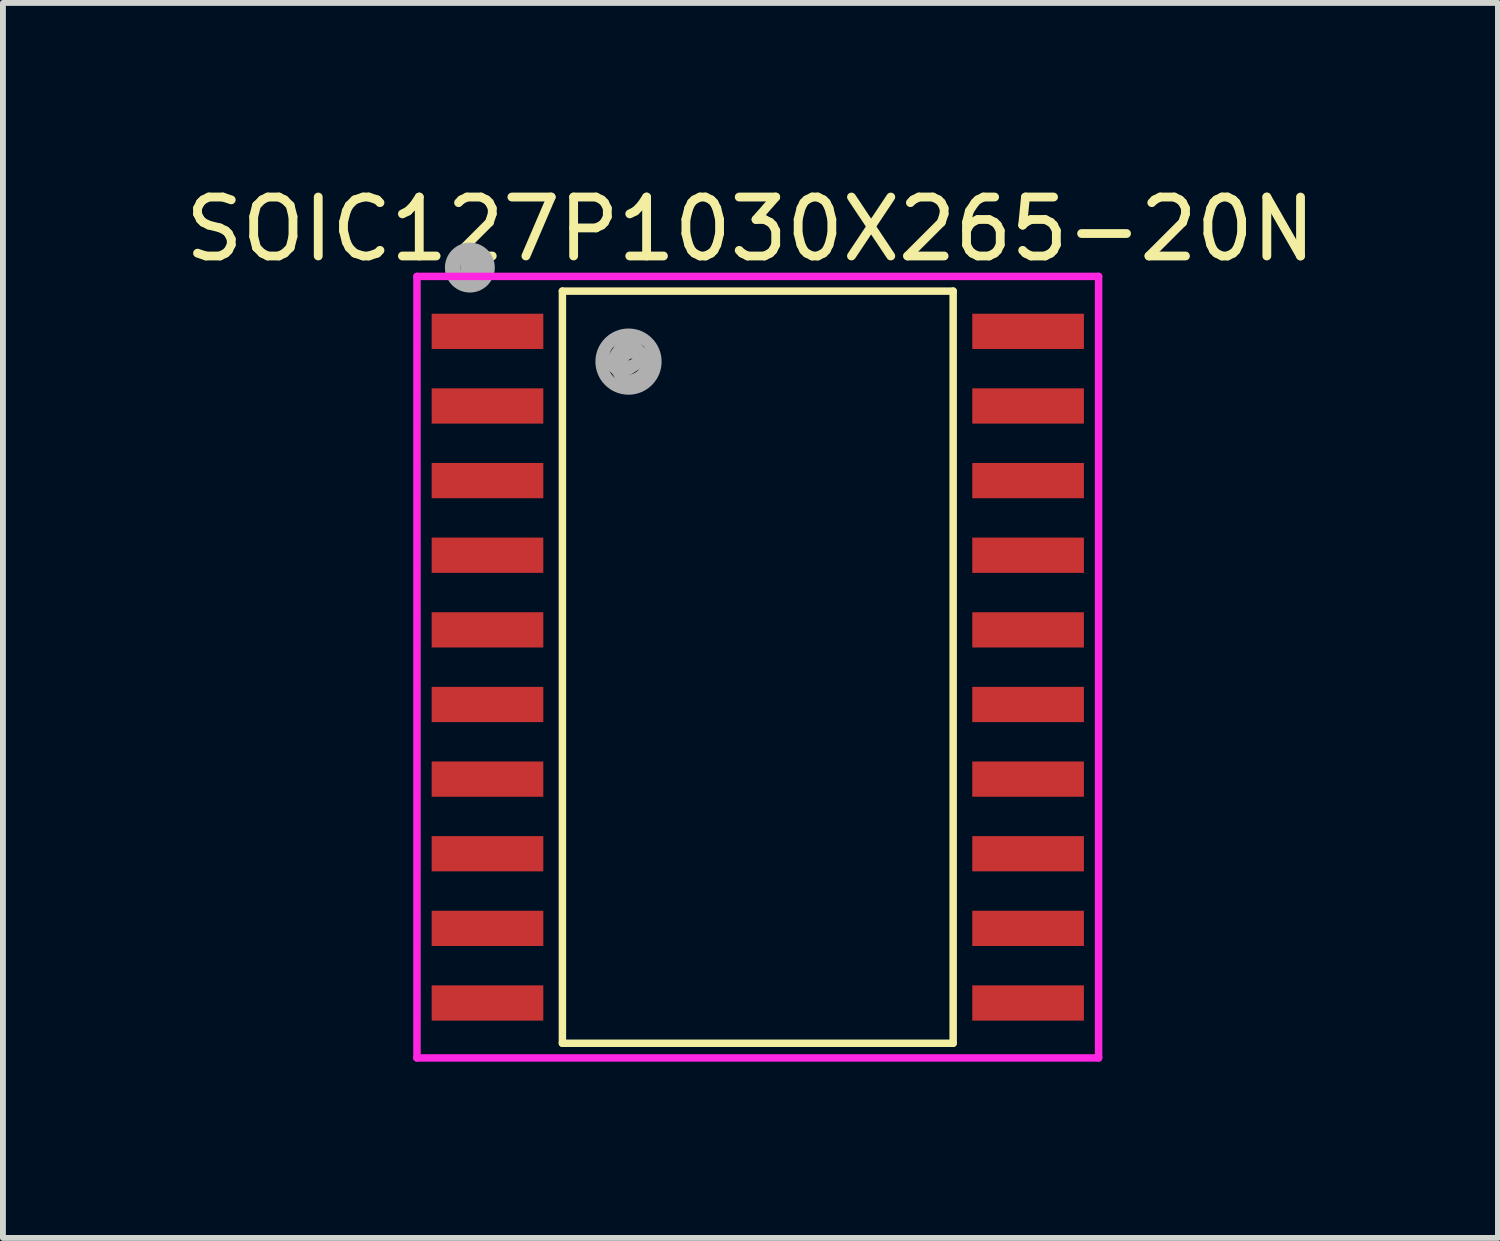
<source format=kicad_pcb>
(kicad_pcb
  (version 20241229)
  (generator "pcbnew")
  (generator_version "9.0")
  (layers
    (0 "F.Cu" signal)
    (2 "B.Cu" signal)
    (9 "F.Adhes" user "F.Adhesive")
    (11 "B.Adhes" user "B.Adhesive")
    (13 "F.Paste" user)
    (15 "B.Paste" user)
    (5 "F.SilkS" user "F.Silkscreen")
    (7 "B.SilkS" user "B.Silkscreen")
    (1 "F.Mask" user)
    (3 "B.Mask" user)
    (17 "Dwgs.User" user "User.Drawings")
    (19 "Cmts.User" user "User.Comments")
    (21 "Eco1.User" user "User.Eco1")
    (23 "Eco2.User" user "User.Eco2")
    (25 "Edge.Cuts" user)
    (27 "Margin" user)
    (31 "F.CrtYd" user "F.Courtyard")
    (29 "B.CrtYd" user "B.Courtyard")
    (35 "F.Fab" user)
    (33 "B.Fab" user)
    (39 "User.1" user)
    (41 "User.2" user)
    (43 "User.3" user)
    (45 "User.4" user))
  (footprint "SOIC127P1030X265-20N"
    (layer "F.Cu")
    (at 9.846 8.304)
    (property "Reference" "SOIC127P1030X265-20N" (at -0.125 -7.454 0) (layer "F.SilkS") (effects (font (size 1.003 1.003) (thickness 0.15))))
    (attr through_hole)
    (fp_line (start -3.325 -6.4) (end 3.325 -6.4) (stroke (width 0.127) (type solid)) (layer "F.SilkS"))
    (fp_line (start -3.325 6.4) (end -3.325 -6.4) (stroke (width 0.127) (type solid)) (layer "F.SilkS"))
    (fp_line (start 3.325 -6.4) (end 3.325 6.4) (stroke (width 0.127) (type solid)) (layer "F.SilkS"))
    (fp_line (start 3.325 6.4) (end -3.325 6.4) (stroke (width 0.127) (type solid)) (layer "F.SilkS"))
    (fp_line (start -5.8 -6.65) (end 5.8 -6.65) (stroke (width 0.127) (type solid)) (layer "F.CrtYd"))
    (fp_line (start -5.8 6.65) (end -5.8 -6.65) (stroke (width 0.127) (type solid)) (layer "F.CrtYd"))
    (fp_line (start 5.8 -6.65) (end 5.8 6.65) (stroke (width 0.127) (type solid)) (layer "F.CrtYd"))
    (fp_line (start 5.8 6.65) (end -5.8 6.65) (stroke (width 0.127) (type solid)) (layer "F.CrtYd"))
    (fp_circle (center -4.9 -6.8) (end -4.676 -6.8) (stroke (width 0.127) (type solid)) (fill no) (layer "F.Fab"))
    (fp_circle (center -4.9 -6.8) (end -4.617 -6.8) (stroke (width 0.127) (type solid)) (fill no) (layer "F.Fab"))
    (fp_circle (center -4.9 -6.8) (end -4.539 -6.8) (stroke (width 0.127) (type solid)) (fill no) (layer "F.Fab"))
    (fp_circle (center -4.8 -6.8) (end -4.7 -6.8) (stroke (width 0.127) (type solid)) (fill no) (layer "F.Fab"))
    (fp_circle (center -4.8 -6.8) (end -4.6 -6.8) (stroke (width 0.127) (type solid)) (fill no) (layer "F.Fab"))
    (fp_circle (center -4.8 -6.7) (end -4.7 -6.7) (stroke (width 0.127) (type solid)) (fill no) (layer "F.Fab"))
    (fp_circle (center -2.3 -5.3) (end -2.017 -5.3) (stroke (width 0.127) (type solid)) (fill no) (layer "F.Fab"))
    (fp_circle (center -2.2 -5.3) (end -2.059 -5.3) (stroke (width 0.127) (type solid)) (fill no) (layer "F.Fab"))
    (fp_circle (center -2.2 -5.3) (end -1.976 -5.3) (stroke (width 0.127) (type solid)) (fill no) (layer "F.Fab"))
    (fp_circle (center -2.2 -5.3) (end -1.976 -5.3) (stroke (width 0.127) (type solid)) (fill no) (layer "F.Fab"))
    (fp_circle (center -2.2 -5.3) (end -1.976 -5.3) (stroke (width 0.127) (type solid)) (fill no) (layer "F.Fab"))
    (fp_circle (center -2.2 -5.2) (end -1.917 -5.2) (stroke (width 0.127) (type solid)) (fill no) (layer "F.Fab"))
    (fp_circle (center -2.2 -5.2) (end -1.776 -5.2) (stroke (width 0.127) (type solid)) (fill no) (layer "F.Fab"))
    (fp_circle (center -2.2 -5.2) (end -1.7 -5.2) (stroke (width 0.127) (type solid)) (fill no) (layer "F.Fab"))
    (fp_circle (center -2.1 -5.1) (end -1.876 -5.1) (stroke (width 0.127) (type solid)) (fill no) (layer "F.Fab"))
    (fp_circle (center -2.1 -5.1) (end -1.784 -5.1) (stroke (width 0.127) (type solid)) (fill no) (layer "F.Fab"))
    (pad "1" smd rect (at -4.6 -5.715) (size 1.9 0.6) (layers "F.Cu" "F.Mask" "F.Paste"))
    (pad "2" smd rect (at -4.6 -4.445) (size 1.9 0.6) (layers "F.Cu" "F.Mask" "F.Paste"))
    (pad "3" smd rect (at -4.6 -3.175) (size 1.9 0.6) (layers "F.Cu" "F.Mask" "F.Paste"))
    (pad "4" smd rect (at -4.6 -1.905) (size 1.9 0.6) (layers "F.Cu" "F.Mask" "F.Paste"))
    (pad "5" smd rect (at -4.6 -0.635) (size 1.9 0.6) (layers "F.Cu" "F.Mask" "F.Paste"))
    (pad "6" smd rect (at -4.6 0.635) (size 1.9 0.6) (layers "F.Cu" "F.Mask" "F.Paste"))
    (pad "7" smd rect (at -4.6 1.905) (size 1.9 0.6) (layers "F.Cu" "F.Mask" "F.Paste"))
    (pad "8" smd rect (at -4.6 3.175) (size 1.9 0.6) (layers "F.Cu" "F.Mask" "F.Paste"))
    (pad "9" smd rect (at -4.6 4.445) (size 1.9 0.6) (layers "F.Cu" "F.Mask" "F.Paste"))
    (pad "10" smd rect (at -4.6 5.715) (size 1.9 0.6) (layers "F.Cu" "F.Mask" "F.Paste"))
    (pad "11" smd rect (at 4.6 5.715 180) (size 1.9 0.6) (layers "F.Cu" "F.Mask" "F.Paste"))
    (pad "12" smd rect (at 4.6 4.445 180) (size 1.9 0.6) (layers "F.Cu" "F.Mask" "F.Paste"))
    (pad "13" smd rect (at 4.6 3.175 180) (size 1.9 0.6) (layers "F.Cu" "F.Mask" "F.Paste"))
    (pad "14" smd rect (at 4.6 1.905 180) (size 1.9 0.6) (layers "F.Cu" "F.Mask" "F.Paste"))
    (pad "15" smd rect (at 4.6 0.635 180) (size 1.9 0.6) (layers "F.Cu" "F.Mask" "F.Paste"))
    (pad "16" smd rect (at 4.6 -0.635 180) (size 1.9 0.6) (layers "F.Cu" "F.Mask" "F.Paste"))
    (pad "17" smd rect (at 4.6 -1.905 180) (size 1.9 0.6) (layers "F.Cu" "F.Mask" "F.Paste"))
    (pad "18" smd rect (at 4.6 -3.175 180) (size 1.9 0.6) (layers "F.Cu" "F.Mask" "F.Paste"))
    (pad "19" smd rect (at 4.6 -4.445 180) (size 1.9 0.6) (layers "F.Cu" "F.Mask" "F.Paste"))
    (pad "20" smd rect (at 4.6 -5.715 180) (size 1.9 0.6) (layers "F.Cu" "F.Mask" "F.Paste")))
  (gr_rect
    (start -3 -3)
    (end 22.442 18.017)
    (stroke (width 0.1) (type default))
    (fill no)
    (layer "Edge.Cuts")))
</source>
